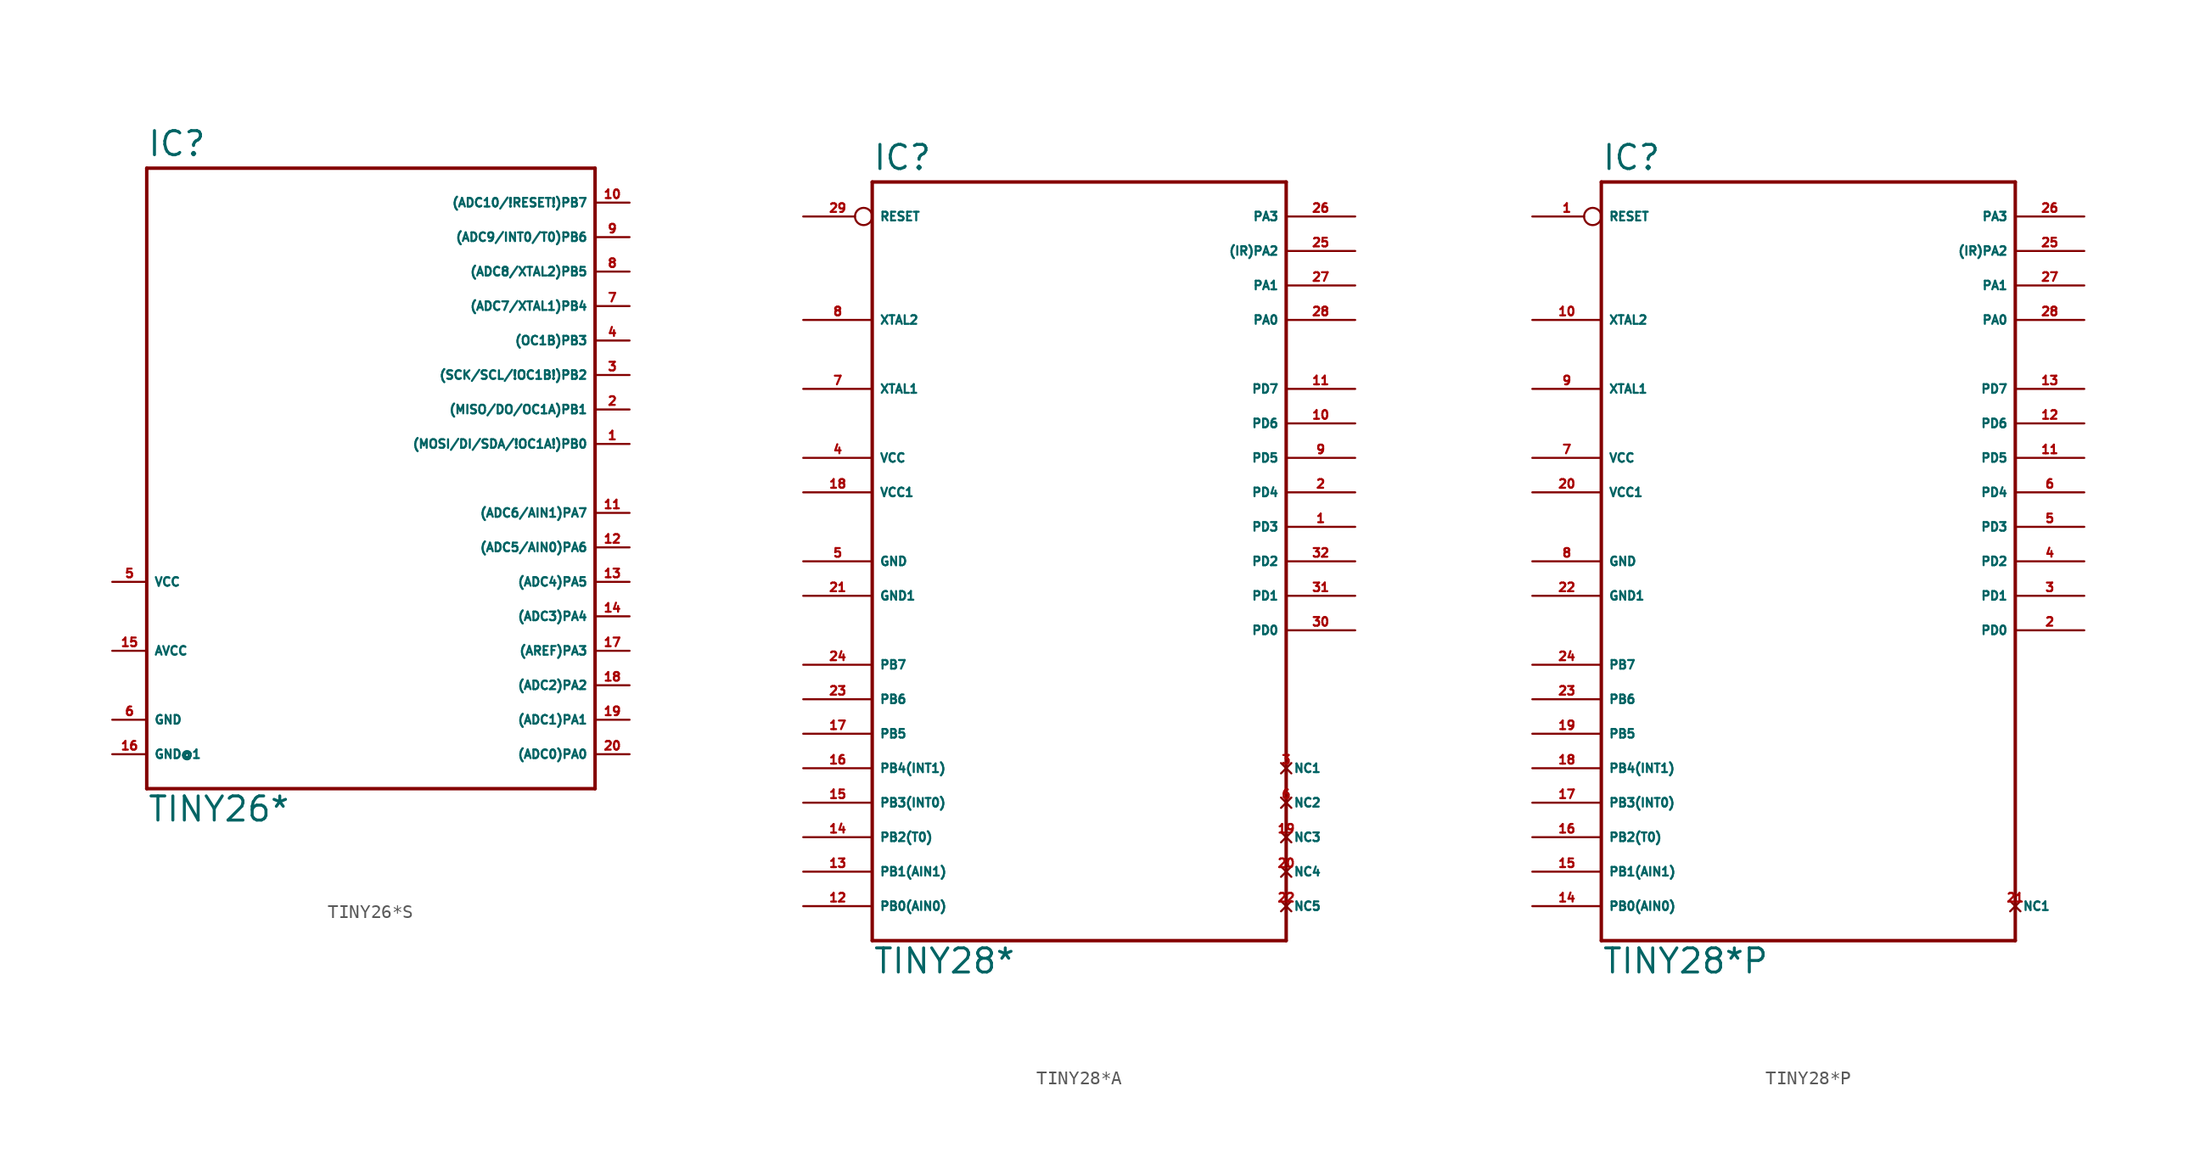
<source format=kicad_sym>
(kicad_symbol_lib
  (version 20220914)
  (generator Eagle2Kicad)
  (symbol "TINY26*S"
    (property "Reference" "IC"
      (at -17.78 23.622 0)
      (effects (font (size 1.778 1.778) (thickness 0.22)) (justify left bottom)))
    (property "Value" "TINY26*"
      (at -17.78 -25.4 0)
      (effects (font (size 1.778 1.778) (thickness 0.22)) (justify left bottom)))
    (polyline
      (pts (xy -17.78 22.86) (xy 15.24 22.86))
      (stroke (width 0.254) (type default))
      (fill (type none)))
    (polyline
      (pts (xy 15.24 22.86) (xy 15.24 -22.86))
      (stroke (width 0.254) (type default))
      (fill (type none)))
    (polyline
      (pts (xy 15.24 -22.86) (xy -17.78 -22.86))
      (stroke (width 0.254) (type default))
      (fill (type none)))
    (polyline
      (pts (xy -17.78 -22.86) (xy -17.78 22.86))
      (stroke (width 0.254) (type default))
      (fill (type none)))
    (pin bidirectional line
      (at 17.78 15.24 180)
      (length 2.54)
      (name "(ADC8/XTAL2)PB5" (effects (font (size 0.635 0.635) (thickness 0.08)) (justify left bottom)))
      (number "8" (effects (font (size 0.635 0.635) (thickness 0.08)) (justify left bottom))))
    (pin bidirectional line
      (at 17.78 12.7 180)
      (length 2.54)
      (name "(ADC7/XTAL1)PB4" (effects (font (size 0.635 0.635) (thickness 0.08)) (justify left bottom)))
      (number "7" (effects (font (size 0.635 0.635) (thickness 0.08)) (justify left bottom))))
    (pin bidirectional line
      (at 17.78 10.16 180)
      (length 2.54)
      (name "(OC1B)PB3" (effects (font (size 0.635 0.635) (thickness 0.08)) (justify left bottom)))
      (number "4" (effects (font (size 0.635 0.635) (thickness 0.08)) (justify left bottom))))
    (pin bidirectional line
      (at 17.78 7.62 180)
      (length 2.54)
      (name "(SCK/SCL/!OC1B!)PB2" (effects (font (size 0.635 0.635) (thickness 0.08)) (justify left bottom)))
      (number "3" (effects (font (size 0.635 0.635) (thickness 0.08)) (justify left bottom))))
    (pin bidirectional line
      (at 17.78 5.08 180)
      (length 2.54)
      (name "(MISO/DO/OC1A)PB1" (effects (font (size 0.635 0.635) (thickness 0.08)) (justify left bottom)))
      (number "2" (effects (font (size 0.635 0.635) (thickness 0.08)) (justify left bottom))))
    (pin bidirectional line
      (at 17.78 2.54 180)
      (length 2.54)
      (name "(MOSI/DI/SDA/!OC1A!)PB0" (effects (font (size 0.635 0.635) (thickness 0.08)) (justify left bottom)))
      (number "1" (effects (font (size 0.635 0.635) (thickness 0.08)) (justify left bottom))))
    (pin bidirectional line
      (at 17.78 -2.54 180)
      (length 2.54)
      (name "(ADC6/AIN1)PA7" (effects (font (size 0.635 0.635) (thickness 0.08)) (justify left bottom)))
      (number "11" (effects (font (size 0.635 0.635) (thickness 0.08)) (justify left bottom))))
    (pin bidirectional line
      (at 17.78 -5.08 180)
      (length 2.54)
      (name "(ADC5/AIN0)PA6" (effects (font (size 0.635 0.635) (thickness 0.08)) (justify left bottom)))
      (number "12" (effects (font (size 0.635 0.635) (thickness 0.08)) (justify left bottom))))
    (pin bidirectional line
      (at 17.78 -7.62 180)
      (length 2.54)
      (name "(ADC4)PA5" (effects (font (size 0.635 0.635) (thickness 0.08)) (justify left bottom)))
      (number "13" (effects (font (size 0.635 0.635) (thickness 0.08)) (justify left bottom))))
    (pin bidirectional line
      (at 17.78 -10.16 180)
      (length 2.54)
      (name "(ADC3)PA4" (effects (font (size 0.635 0.635) (thickness 0.08)) (justify left bottom)))
      (number "14" (effects (font (size 0.635 0.635) (thickness 0.08)) (justify left bottom))))
    (pin bidirectional line
      (at 17.78 -12.7 180)
      (length 2.54)
      (name "(AREF)PA3" (effects (font (size 0.635 0.635) (thickness 0.08)) (justify left bottom)))
      (number "17" (effects (font (size 0.635 0.635) (thickness 0.08)) (justify left bottom))))
    (pin bidirectional line
      (at 17.78 -15.24 180)
      (length 2.54)
      (name "(ADC2)PA2" (effects (font (size 0.635 0.635) (thickness 0.08)) (justify left bottom)))
      (number "18" (effects (font (size 0.635 0.635) (thickness 0.08)) (justify left bottom))))
    (pin bidirectional line
      (at 17.78 -17.78 180)
      (length 2.54)
      (name "(ADC1)PA1" (effects (font (size 0.635 0.635) (thickness 0.08)) (justify left bottom)))
      (number "19" (effects (font (size 0.635 0.635) (thickness 0.08)) (justify left bottom))))
    (pin bidirectional line
      (at 17.78 -20.32 180)
      (length 2.54)
      (name "(ADC0)PA0" (effects (font (size 0.635 0.635) (thickness 0.08)) (justify left bottom)))
      (number "20" (effects (font (size 0.635 0.635) (thickness 0.08)) (justify left bottom))))
    (pin unspecified line
      (at -20.32 -17.78 0)
      (length 2.54)
      (name "GND" (effects (font (size 0.635 0.635) (thickness 0.08)) (justify left bottom)))
      (number "6" (effects (font (size 0.635 0.635) (thickness 0.08)) (justify left bottom))))
    (pin unspecified line
      (at -20.32 -7.62 0)
      (length 2.54)
      (name "VCC" (effects (font (size 0.635 0.635) (thickness 0.08)) (justify left bottom)))
      (number "5" (effects (font (size 0.635 0.635) (thickness 0.08)) (justify left bottom))))
    (pin unspecified line
      (at -20.32 -12.7 0)
      (length 2.54)
      (name "AVCC" (effects (font (size 0.635 0.635) (thickness 0.08)) (justify left bottom)))
      (number "15" (effects (font (size 0.635 0.635) (thickness 0.08)) (justify left bottom))))
    (pin bidirectional line
      (at 17.78 20.32 180)
      (length 2.54)
      (name "(ADC10/!RESET!)PB7" (effects (font (size 0.635 0.635) (thickness 0.08)) (justify left bottom)))
      (number "10" (effects (font (size 0.635 0.635) (thickness 0.08)) (justify left bottom))))
    (pin bidirectional line
      (at 17.78 17.78 180)
      (length 2.54)
      (name "(ADC9/INT0/T0)PB6" (effects (font (size 0.635 0.635) (thickness 0.08)) (justify left bottom)))
      (number "9" (effects (font (size 0.635 0.635) (thickness 0.08)) (justify left bottom))))
    (pin unspecified line
      (at -20.32 -20.32 0)
      (length 2.54)
      (name "GND@1" (effects (font (size 0.635 0.635) (thickness 0.08)) (justify left bottom)))
      (number "16" (effects (font (size 0.635 0.635) (thickness 0.08)) (justify left bottom)))))
  (symbol "TINY28*A"
    (property "Reference" "IC"
      (at -15.24 28.702 0)
      (effects (font (size 1.778 1.778) (thickness 0.22)) (justify left bottom)))
    (property "Value" "TINY28*"
      (at -15.24 -30.48 0)
      (effects (font (size 1.778 1.778) (thickness 0.22)) (justify left bottom)))
    (polyline
      (pts (xy -15.24 27.94) (xy 15.24 27.94))
      (stroke (width 0.254) (type default))
      (fill (type none)))
    (polyline
      (pts (xy 15.24 27.94) (xy 15.24 -27.94))
      (stroke (width 0.254) (type default))
      (fill (type none)))
    (polyline
      (pts (xy 15.24 -27.94) (xy -15.24 -27.94))
      (stroke (width 0.254) (type default))
      (fill (type none)))
    (polyline
      (pts (xy -15.24 -27.94) (xy -15.24 27.94))
      (stroke (width 0.254) (type default))
      (fill (type none)))
    (pin input line
      (at -20.32 -12.7 0)
      (length 5.08)
      (name "PB5" (effects (font (size 0.635 0.635) (thickness 0.08)) (justify left bottom)))
      (number "17" (effects (font (size 0.635 0.635) (thickness 0.08)) (justify left bottom))))
    (pin input line
      (at -20.32 -15.24 0)
      (length 5.08)
      (name "PB4(INT1)" (effects (font (size 0.635 0.635) (thickness 0.08)) (justify left bottom)))
      (number "16" (effects (font (size 0.635 0.635) (thickness 0.08)) (justify left bottom))))
    (pin input line
      (at -20.32 -17.78 0)
      (length 5.08)
      (name "PB3(INT0)" (effects (font (size 0.635 0.635) (thickness 0.08)) (justify left bottom)))
      (number "15" (effects (font (size 0.635 0.635) (thickness 0.08)) (justify left bottom))))
    (pin input line
      (at -20.32 -20.32 0)
      (length 5.08)
      (name "PB2(T0)" (effects (font (size 0.635 0.635) (thickness 0.08)) (justify left bottom)))
      (number "14" (effects (font (size 0.635 0.635) (thickness 0.08)) (justify left bottom))))
    (pin input line
      (at -20.32 -22.86 0)
      (length 5.08)
      (name "PB1(AIN1)" (effects (font (size 0.635 0.635) (thickness 0.08)) (justify left bottom)))
      (number "13" (effects (font (size 0.635 0.635) (thickness 0.08)) (justify left bottom))))
    (pin input line
      (at -20.32 -25.4 0)
      (length 5.08)
      (name "PB0(AIN0)" (effects (font (size 0.635 0.635) (thickness 0.08)) (justify left bottom)))
      (number "12" (effects (font (size 0.635 0.635) (thickness 0.08)) (justify left bottom))))
    (pin bidirectional line
      (at 20.32 25.4 180)
      (length 5.08)
      (name "PA3" (effects (font (size 0.635 0.635) (thickness 0.08)) (justify left bottom)))
      (number "26" (effects (font (size 0.635 0.635) (thickness 0.08)) (justify left bottom))))
    (pin output line
      (at 20.32 22.86 180)
      (length 5.08)
      (name "(IR)PA2" (effects (font (size 0.635 0.635) (thickness 0.08)) (justify left bottom)))
      (number "25" (effects (font (size 0.635 0.635) (thickness 0.08)) (justify left bottom))))
    (pin bidirectional line
      (at 20.32 20.32 180)
      (length 5.08)
      (name "PA1" (effects (font (size 0.635 0.635) (thickness 0.08)) (justify left bottom)))
      (number "27" (effects (font (size 0.635 0.635) (thickness 0.08)) (justify left bottom))))
    (pin bidirectional line
      (at 20.32 17.78 180)
      (length 5.08)
      (name "PA0" (effects (font (size 0.635 0.635) (thickness 0.08)) (justify left bottom)))
      (number "28" (effects (font (size 0.635 0.635) (thickness 0.08)) (justify left bottom))))
    (pin input line
      (at -20.32 -7.62 0)
      (length 5.08)
      (name "PB7" (effects (font (size 0.635 0.635) (thickness 0.08)) (justify left bottom)))
      (number "24" (effects (font (size 0.635 0.635) (thickness 0.08)) (justify left bottom))))
    (pin input line
      (at -20.32 -10.16 0)
      (length 5.08)
      (name "PB6" (effects (font (size 0.635 0.635) (thickness 0.08)) (justify left bottom)))
      (number "23" (effects (font (size 0.635 0.635) (thickness 0.08)) (justify left bottom))))
    (pin bidirectional line
      (at 20.32 12.7 180)
      (length 5.08)
      (name "PD7" (effects (font (size 0.635 0.635) (thickness 0.08)) (justify left bottom)))
      (number "11" (effects (font (size 0.635 0.635) (thickness 0.08)) (justify left bottom))))
    (pin bidirectional line
      (at 20.32 10.16 180)
      (length 5.08)
      (name "PD6" (effects (font (size 0.635 0.635) (thickness 0.08)) (justify left bottom)))
      (number "10" (effects (font (size 0.635 0.635) (thickness 0.08)) (justify left bottom))))
    (pin bidirectional line
      (at 20.32 7.62 180)
      (length 5.08)
      (name "PD5" (effects (font (size 0.635 0.635) (thickness 0.08)) (justify left bottom)))
      (number "9" (effects (font (size 0.635 0.635) (thickness 0.08)) (justify left bottom))))
    (pin bidirectional line
      (at 20.32 5.08 180)
      (length 5.08)
      (name "PD4" (effects (font (size 0.635 0.635) (thickness 0.08)) (justify left bottom)))
      (number "2" (effects (font (size 0.635 0.635) (thickness 0.08)) (justify left bottom))))
    (pin bidirectional line
      (at 20.32 2.54 180)
      (length 5.08)
      (name "PD3" (effects (font (size 0.635 0.635) (thickness 0.08)) (justify left bottom)))
      (number "1" (effects (font (size 0.635 0.635) (thickness 0.08)) (justify left bottom))))
    (pin bidirectional line
      (at 20.32 0 180)
      (length 5.08)
      (name "PD2" (effects (font (size 0.635 0.635) (thickness 0.08)) (justify left bottom)))
      (number "32" (effects (font (size 0.635 0.635) (thickness 0.08)) (justify left bottom))))
    (pin bidirectional line
      (at 20.32 -2.54 180)
      (length 5.08)
      (name "PD1" (effects (font (size 0.635 0.635) (thickness 0.08)) (justify left bottom)))
      (number "31" (effects (font (size 0.635 0.635) (thickness 0.08)) (justify left bottom))))
    (pin bidirectional line
      (at 20.32 -5.08 180)
      (length 5.08)
      (name "PD0" (effects (font (size 0.635 0.635) (thickness 0.08)) (justify left bottom)))
      (number "30" (effects (font (size 0.635 0.635) (thickness 0.08)) (justify left bottom))))
    (pin unspecified line
      (at -20.32 0 0)
      (length 5.08)
      (name "GND" (effects (font (size 0.635 0.635) (thickness 0.08)) (justify left bottom)))
      (number "5" (effects (font (size 0.635 0.635) (thickness 0.08)) (justify left bottom))))
    (pin unspecified line
      (at -20.32 7.62 0)
      (length 5.08)
      (name "VCC" (effects (font (size 0.635 0.635) (thickness 0.08)) (justify left bottom)))
      (number "4" (effects (font (size 0.635 0.635) (thickness 0.08)) (justify left bottom))))
    (pin bidirectional line
      (at -20.32 12.7 0)
      (length 5.08)
      (name "XTAL1" (effects (font (size 0.635 0.635) (thickness 0.08)) (justify left bottom)))
      (number "7" (effects (font (size 0.635 0.635) (thickness 0.08)) (justify left bottom))))
    (pin bidirectional line
      (at -20.32 17.78 0)
      (length 5.08)
      (name "XTAL2" (effects (font (size 0.635 0.635) (thickness 0.08)) (justify left bottom)))
      (number "8" (effects (font (size 0.635 0.635) (thickness 0.08)) (justify left bottom))))
    (pin input inverted
      (at -20.32 25.4 0)
      (length 5.08)
      (name "RESET" (effects (font (size 0.635 0.635) (thickness 0.08)) (justify left bottom)))
      (number "29" (effects (font (size 0.635 0.635) (thickness 0.08)) (justify left bottom))))
    (pin unspecified line
      (at -20.32 5.08 0)
      (length 5.08)
      (name "VCC1" (effects (font (size 0.635 0.635) (thickness 0.08)) (justify left bottom)))
      (number "18" (effects (font (size 0.635 0.635) (thickness 0.08)) (justify left bottom))))
    (pin unspecified line
      (at -20.32 -2.54 0)
      (length 5.08)
      (name "GND1" (effects (font (size 0.635 0.635) (thickness 0.08)) (justify left bottom)))
      (number "21" (effects (font (size 0.635 0.635) (thickness 0.08)) (justify left bottom))))
    (pin no_connect line
      (at 15.24 -25.4 0)
      (length 0)
      (name "NC5" (effects (font (size 0.635 0.635) (thickness 0.08)) (justify left bottom) hide))
      (number "22" (effects (font (size 0.635 0.635) (thickness 0.08)) (justify left bottom) hide)))
    (pin no_connect line
      (at 15.24 -22.86 0)
      (length 0)
      (name "NC4" (effects (font (size 0.635 0.635) (thickness 0.08)) (justify left bottom) hide))
      (number "20" (effects (font (size 0.635 0.635) (thickness 0.08)) (justify left bottom) hide)))
    (pin no_connect line
      (at 15.24 -20.32 0)
      (length 0)
      (name "NC3" (effects (font (size 0.635 0.635) (thickness 0.08)) (justify left bottom) hide))
      (number "19" (effects (font (size 0.635 0.635) (thickness 0.08)) (justify left bottom) hide)))
    (pin no_connect line
      (at 15.24 -17.78 0)
      (length 0)
      (name "NC2" (effects (font (size 0.635 0.635) (thickness 0.08)) (justify left bottom) hide))
      (number "6" (effects (font (size 0.635 0.635) (thickness 0.08)) (justify left bottom) hide)))
    (pin no_connect line
      (at 15.24 -15.24 0)
      (length 0)
      (name "NC1" (effects (font (size 0.635 0.635) (thickness 0.08)) (justify left bottom) hide))
      (number "3" (effects (font (size 0.635 0.635) (thickness 0.08)) (justify left bottom) hide))))
  (symbol "TINY28*P"
    (property "Reference" "IC"
      (at -15.24 28.702 0)
      (effects (font (size 1.778 1.778) (thickness 0.22)) (justify left bottom)))
    (property "Value" "TINY28*P"
      (at -15.24 -30.48 0)
      (effects (font (size 1.778 1.778) (thickness 0.22)) (justify left bottom)))
    (polyline
      (pts (xy -15.24 27.94) (xy 15.24 27.94))
      (stroke (width 0.254) (type default))
      (fill (type none)))
    (polyline
      (pts (xy 15.24 27.94) (xy 15.24 -27.94))
      (stroke (width 0.254) (type default))
      (fill (type none)))
    (polyline
      (pts (xy 15.24 -27.94) (xy -15.24 -27.94))
      (stroke (width 0.254) (type default))
      (fill (type none)))
    (polyline
      (pts (xy -15.24 -27.94) (xy -15.24 27.94))
      (stroke (width 0.254) (type default))
      (fill (type none)))
    (pin input line
      (at -20.32 -12.7 0)
      (length 5.08)
      (name "PB5" (effects (font (size 0.635 0.635) (thickness 0.08)) (justify left bottom)))
      (number "19" (effects (font (size 0.635 0.635) (thickness 0.08)) (justify left bottom))))
    (pin input line
      (at -20.32 -15.24 0)
      (length 5.08)
      (name "PB4(INT1)" (effects (font (size 0.635 0.635) (thickness 0.08)) (justify left bottom)))
      (number "18" (effects (font (size 0.635 0.635) (thickness 0.08)) (justify left bottom))))
    (pin input line
      (at -20.32 -17.78 0)
      (length 5.08)
      (name "PB3(INT0)" (effects (font (size 0.635 0.635) (thickness 0.08)) (justify left bottom)))
      (number "17" (effects (font (size 0.635 0.635) (thickness 0.08)) (justify left bottom))))
    (pin input line
      (at -20.32 -20.32 0)
      (length 5.08)
      (name "PB2(T0)" (effects (font (size 0.635 0.635) (thickness 0.08)) (justify left bottom)))
      (number "16" (effects (font (size 0.635 0.635) (thickness 0.08)) (justify left bottom))))
    (pin input line
      (at -20.32 -22.86 0)
      (length 5.08)
      (name "PB1(AIN1)" (effects (font (size 0.635 0.635) (thickness 0.08)) (justify left bottom)))
      (number "15" (effects (font (size 0.635 0.635) (thickness 0.08)) (justify left bottom))))
    (pin input line
      (at -20.32 -25.4 0)
      (length 5.08)
      (name "PB0(AIN0)" (effects (font (size 0.635 0.635) (thickness 0.08)) (justify left bottom)))
      (number "14" (effects (font (size 0.635 0.635) (thickness 0.08)) (justify left bottom))))
    (pin bidirectional line
      (at 20.32 25.4 180)
      (length 5.08)
      (name "PA3" (effects (font (size 0.635 0.635) (thickness 0.08)) (justify left bottom)))
      (number "26" (effects (font (size 0.635 0.635) (thickness 0.08)) (justify left bottom))))
    (pin output line
      (at 20.32 22.86 180)
      (length 5.08)
      (name "(IR)PA2" (effects (font (size 0.635 0.635) (thickness 0.08)) (justify left bottom)))
      (number "25" (effects (font (size 0.635 0.635) (thickness 0.08)) (justify left bottom))))
    (pin bidirectional line
      (at 20.32 20.32 180)
      (length 5.08)
      (name "PA1" (effects (font (size 0.635 0.635) (thickness 0.08)) (justify left bottom)))
      (number "27" (effects (font (size 0.635 0.635) (thickness 0.08)) (justify left bottom))))
    (pin bidirectional line
      (at 20.32 17.78 180)
      (length 5.08)
      (name "PA0" (effects (font (size 0.635 0.635) (thickness 0.08)) (justify left bottom)))
      (number "28" (effects (font (size 0.635 0.635) (thickness 0.08)) (justify left bottom))))
    (pin input line
      (at -20.32 -7.62 0)
      (length 5.08)
      (name "PB7" (effects (font (size 0.635 0.635) (thickness 0.08)) (justify left bottom)))
      (number "24" (effects (font (size 0.635 0.635) (thickness 0.08)) (justify left bottom))))
    (pin input line
      (at -20.32 -10.16 0)
      (length 5.08)
      (name "PB6" (effects (font (size 0.635 0.635) (thickness 0.08)) (justify left bottom)))
      (number "23" (effects (font (size 0.635 0.635) (thickness 0.08)) (justify left bottom))))
    (pin bidirectional line
      (at 20.32 12.7 180)
      (length 5.08)
      (name "PD7" (effects (font (size 0.635 0.635) (thickness 0.08)) (justify left bottom)))
      (number "13" (effects (font (size 0.635 0.635) (thickness 0.08)) (justify left bottom))))
    (pin bidirectional line
      (at 20.32 10.16 180)
      (length 5.08)
      (name "PD6" (effects (font (size 0.635 0.635) (thickness 0.08)) (justify left bottom)))
      (number "12" (effects (font (size 0.635 0.635) (thickness 0.08)) (justify left bottom))))
    (pin bidirectional line
      (at 20.32 7.62 180)
      (length 5.08)
      (name "PD5" (effects (font (size 0.635 0.635) (thickness 0.08)) (justify left bottom)))
      (number "11" (effects (font (size 0.635 0.635) (thickness 0.08)) (justify left bottom))))
    (pin bidirectional line
      (at 20.32 5.08 180)
      (length 5.08)
      (name "PD4" (effects (font (size 0.635 0.635) (thickness 0.08)) (justify left bottom)))
      (number "6" (effects (font (size 0.635 0.635) (thickness 0.08)) (justify left bottom))))
    (pin bidirectional line
      (at 20.32 2.54 180)
      (length 5.08)
      (name "PD3" (effects (font (size 0.635 0.635) (thickness 0.08)) (justify left bottom)))
      (number "5" (effects (font (size 0.635 0.635) (thickness 0.08)) (justify left bottom))))
    (pin bidirectional line
      (at 20.32 0 180)
      (length 5.08)
      (name "PD2" (effects (font (size 0.635 0.635) (thickness 0.08)) (justify left bottom)))
      (number "4" (effects (font (size 0.635 0.635) (thickness 0.08)) (justify left bottom))))
    (pin bidirectional line
      (at 20.32 -2.54 180)
      (length 5.08)
      (name "PD1" (effects (font (size 0.635 0.635) (thickness 0.08)) (justify left bottom)))
      (number "3" (effects (font (size 0.635 0.635) (thickness 0.08)) (justify left bottom))))
    (pin bidirectional line
      (at 20.32 -5.08 180)
      (length 5.08)
      (name "PD0" (effects (font (size 0.635 0.635) (thickness 0.08)) (justify left bottom)))
      (number "2" (effects (font (size 0.635 0.635) (thickness 0.08)) (justify left bottom))))
    (pin unspecified line
      (at -20.32 0 0)
      (length 5.08)
      (name "GND" (effects (font (size 0.635 0.635) (thickness 0.08)) (justify left bottom)))
      (number "8" (effects (font (size 0.635 0.635) (thickness 0.08)) (justify left bottom))))
    (pin unspecified line
      (at -20.32 7.62 0)
      (length 5.08)
      (name "VCC" (effects (font (size 0.635 0.635) (thickness 0.08)) (justify left bottom)))
      (number "7" (effects (font (size 0.635 0.635) (thickness 0.08)) (justify left bottom))))
    (pin bidirectional line
      (at -20.32 12.7 0)
      (length 5.08)
      (name "XTAL1" (effects (font (size 0.635 0.635) (thickness 0.08)) (justify left bottom)))
      (number "9" (effects (font (size 0.635 0.635) (thickness 0.08)) (justify left bottom))))
    (pin bidirectional line
      (at -20.32 17.78 0)
      (length 5.08)
      (name "XTAL2" (effects (font (size 0.635 0.635) (thickness 0.08)) (justify left bottom)))
      (number "10" (effects (font (size 0.635 0.635) (thickness 0.08)) (justify left bottom))))
    (pin input inverted
      (at -20.32 25.4 0)
      (length 5.08)
      (name "RESET" (effects (font (size 0.635 0.635) (thickness 0.08)) (justify left bottom)))
      (number "1" (effects (font (size 0.635 0.635) (thickness 0.08)) (justify left bottom))))
    (pin unspecified line
      (at -20.32 5.08 0)
      (length 5.08)
      (name "VCC1" (effects (font (size 0.635 0.635) (thickness 0.08)) (justify left bottom)))
      (number "20" (effects (font (size 0.635 0.635) (thickness 0.08)) (justify left bottom))))
    (pin unspecified line
      (at -20.32 -2.54 0)
      (length 5.08)
      (name "GND1" (effects (font (size 0.635 0.635) (thickness 0.08)) (justify left bottom)))
      (number "22" (effects (font (size 0.635 0.635) (thickness 0.08)) (justify left bottom))))
    (pin no_connect line
      (at 15.24 -25.4 0)
      (length 0)
      (name "NC1" (effects (font (size 0.635 0.635) (thickness 0.08)) (justify left bottom) hide))
      (number "21" (effects (font (size 0.635 0.635) (thickness 0.08)) (justify left bottom) hide)))))
</source>
